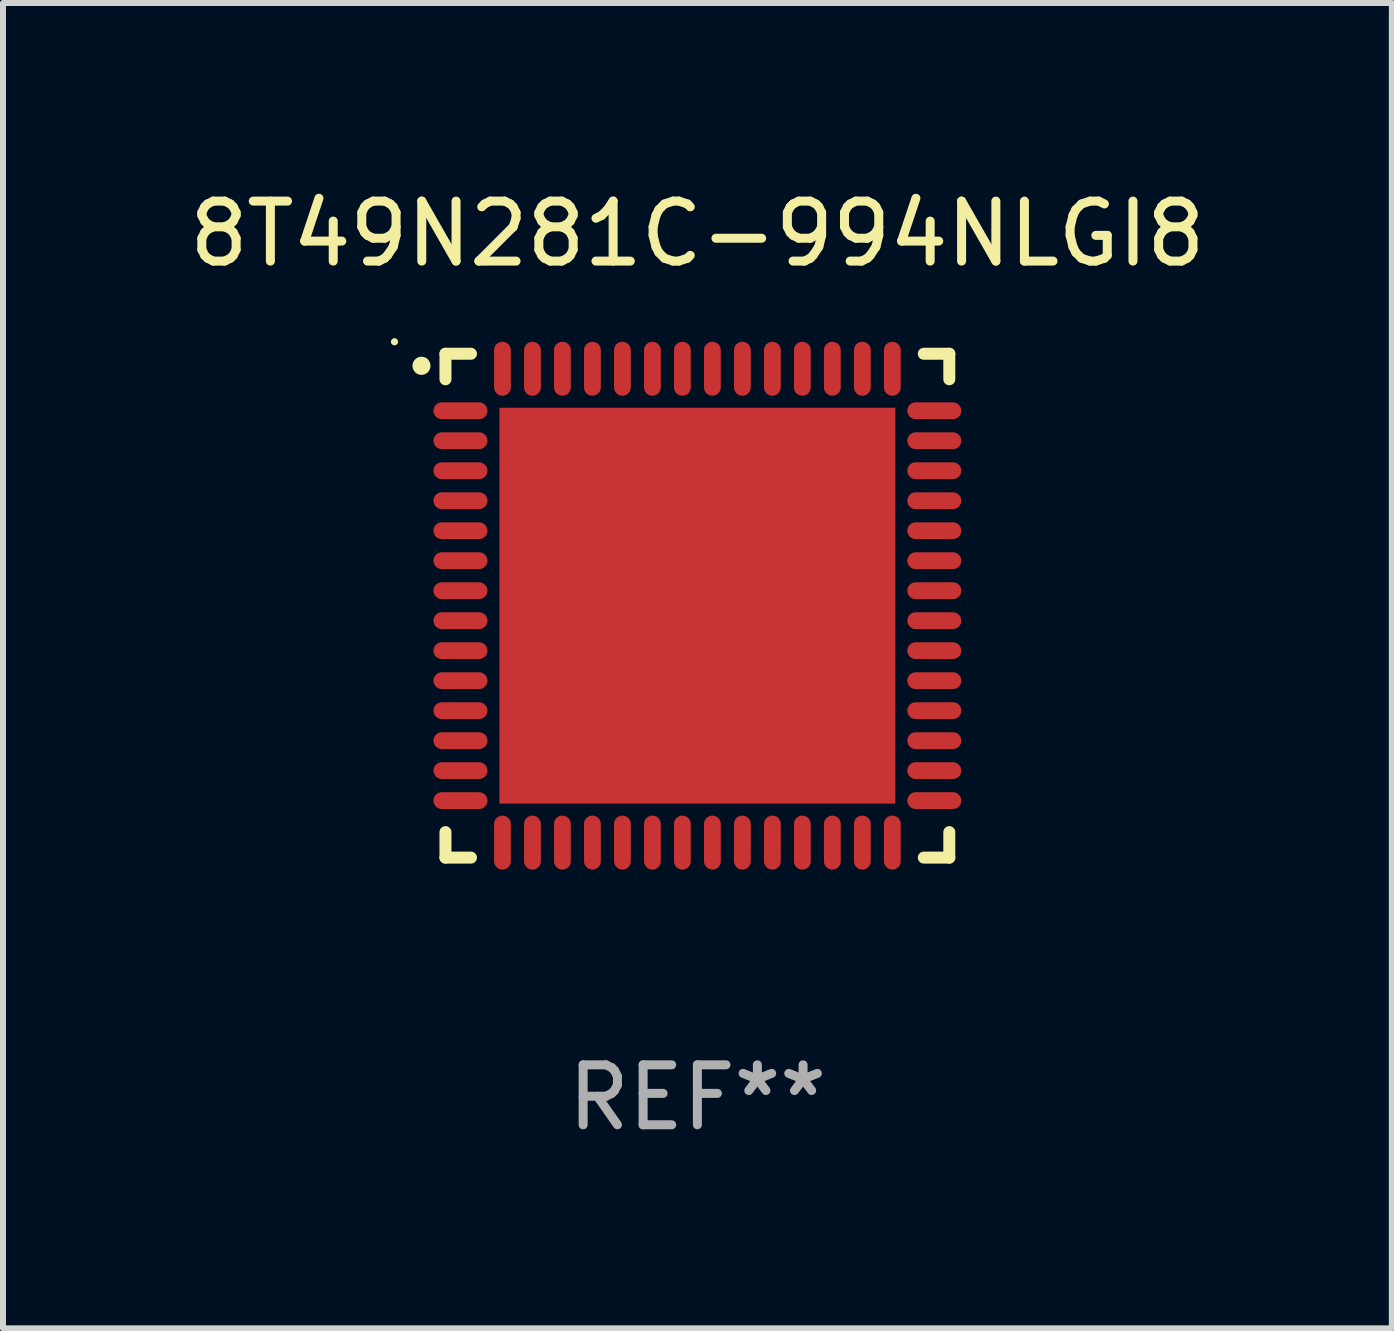
<source format=kicad_pcb>
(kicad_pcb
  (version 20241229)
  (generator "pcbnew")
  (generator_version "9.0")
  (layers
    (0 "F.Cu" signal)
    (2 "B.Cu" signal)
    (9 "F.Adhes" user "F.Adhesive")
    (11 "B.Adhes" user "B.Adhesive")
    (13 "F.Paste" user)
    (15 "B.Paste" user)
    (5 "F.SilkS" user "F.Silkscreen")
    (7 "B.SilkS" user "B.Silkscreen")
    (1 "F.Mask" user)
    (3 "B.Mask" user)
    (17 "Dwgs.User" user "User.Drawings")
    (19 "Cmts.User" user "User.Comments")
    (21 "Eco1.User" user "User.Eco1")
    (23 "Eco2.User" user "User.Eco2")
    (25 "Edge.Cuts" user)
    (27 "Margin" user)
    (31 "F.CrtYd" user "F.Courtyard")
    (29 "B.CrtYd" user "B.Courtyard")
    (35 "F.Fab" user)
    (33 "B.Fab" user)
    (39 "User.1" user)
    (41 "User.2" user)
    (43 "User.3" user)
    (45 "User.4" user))
  (footprint "8T49N281C-994NLGI8"
    (layer "F.Cu")
    (at 8.577 7.048)
    (property "Reference" "8T49N281C-994NLGI8" (at 0 -6.2 0) (layer "F.SilkS") (effects (font (size 1 1) (thickness 0.15))))
    (attr through_hole)
    (fp_line (start -4.2 -4.2) (end -3.775 -4.2) (stroke (width 0.2) (type solid)) (layer "F.SilkS"))
    (fp_line (start -4.2 -3.775) (end -4.2 -4.2) (stroke (width 0.2) (type solid)) (layer "F.SilkS"))
    (fp_line (start -4.2 3.775) (end -4.2 4.2) (stroke (width 0.2) (type solid)) (layer "F.SilkS"))
    (fp_line (start -4.2 4.2) (end -3.775 4.2) (stroke (width 0.2) (type solid)) (layer "F.SilkS"))
    (fp_line (start 3.775 4.2) (end 4.2 4.2) (stroke (width 0.2) (type solid)) (layer "F.SilkS"))
    (fp_line (start 4.2 -4.2) (end 3.775 -4.2) (stroke (width 0.2) (type solid)) (layer "F.SilkS"))
    (fp_line (start 4.2 -3.775) (end 4.2 -4.2) (stroke (width 0.2) (type solid)) (layer "F.SilkS"))
    (fp_line (start 4.2 4.2) (end 4.2 3.775) (stroke (width 0.2) (type solid)) (layer "F.SilkS"))
    (fp_arc (start -4.599949 -3.997968) (mid -4.599954 -3.999238) (end -4.599949 -4.000508) (stroke (width 0.3) (type solid)) (layer "F.SilkS"))
    (fp_circle (center -5.05 -4.4) (end -5.02 -4.4) (stroke (width 0.06) (type solid)) (fill no) (layer "F.SilkS"))
    (fp_text user "REF**" (at 0 8.2 0) (layer "F.Fab") (effects (font (size 1 1) (thickness 0.15))))
    (pad "1" smd oval (at -3.95 -3.25 90) (size 0.28 0.9) (layers "F.Cu" "F.Mask" "F.Paste"))
    (pad "2" smd oval (at -3.95 -2.75 90) (size 0.28 0.9) (layers "F.Cu" "F.Mask" "F.Paste"))
    (pad "3" smd oval (at -3.95 -2.25 90) (size 0.28 0.9) (layers "F.Cu" "F.Mask" "F.Paste"))
    (pad "4" smd oval (at -3.95 -1.75 90) (size 0.28 0.9) (layers "F.Cu" "F.Mask" "F.Paste"))
    (pad "5" smd oval (at -3.95 -1.25 90) (size 0.28 0.9) (layers "F.Cu" "F.Mask" "F.Paste"))
    (pad "6" smd oval (at -3.95 -0.75 90) (size 0.28 0.9) (layers "F.Cu" "F.Mask" "F.Paste"))
    (pad "7" smd oval (at -3.95 -0.25 90) (size 0.28 0.9) (layers "F.Cu" "F.Mask" "F.Paste"))
    (pad "8" smd oval (at -3.95 0.25 90) (size 0.28 0.9) (layers "F.Cu" "F.Mask" "F.Paste"))
    (pad "9" smd oval (at -3.95 0.75 90) (size 0.28 0.9) (layers "F.Cu" "F.Mask" "F.Paste"))
    (pad "10" smd oval (at -3.95 1.25 90) (size 0.28 0.9) (layers "F.Cu" "F.Mask" "F.Paste"))
    (pad "11" smd oval (at -3.95 1.75 90) (size 0.28 0.9) (layers "F.Cu" "F.Mask" "F.Paste"))
    (pad "12" smd oval (at -3.95 2.25 90) (size 0.28 0.9) (layers "F.Cu" "F.Mask" "F.Paste"))
    (pad "13" smd oval (at -3.95 2.75 90) (size 0.28 0.9) (layers "F.Cu" "F.Mask" "F.Paste"))
    (pad "14" smd oval (at -3.95 3.25 90) (size 0.28 0.9) (layers "F.Cu" "F.Mask" "F.Paste"))
    (pad "15" smd oval (at -3.25 3.95) (size 0.28 0.9) (layers "F.Cu" "F.Mask" "F.Paste"))
    (pad "16" smd oval (at -2.75 3.95) (size 0.28 0.9) (layers "F.Cu" "F.Mask" "F.Paste"))
    (pad "17" smd oval (at -2.25 3.95) (size 0.28 0.9) (layers "F.Cu" "F.Mask" "F.Paste"))
    (pad "18" smd oval (at -1.75 3.95) (size 0.28 0.9) (layers "F.Cu" "F.Mask" "F.Paste"))
    (pad "19" smd oval (at -1.25 3.95) (size 0.28 0.9) (layers "F.Cu" "F.Mask" "F.Paste"))
    (pad "20" smd oval (at -0.75 3.95) (size 0.28 0.9) (layers "F.Cu" "F.Mask" "F.Paste"))
    (pad "21" smd oval (at -0.25 3.95) (size 0.28 0.9) (layers "F.Cu" "F.Mask" "F.Paste"))
    (pad "22" smd oval (at 0.25 3.95) (size 0.28 0.9) (layers "F.Cu" "F.Mask" "F.Paste"))
    (pad "23" smd oval (at 0.75 3.95) (size 0.28 0.9) (layers "F.Cu" "F.Mask" "F.Paste"))
    (pad "24" smd oval (at 1.25 3.95) (size 0.28 0.9) (layers "F.Cu" "F.Mask" "F.Paste"))
    (pad "25" smd oval (at 1.75 3.95) (size 0.28 0.9) (layers "F.Cu" "F.Mask" "F.Paste"))
    (pad "26" smd oval (at 2.25 3.95) (size 0.28 0.9) (layers "F.Cu" "F.Mask" "F.Paste"))
    (pad "27" smd oval (at 2.75 3.95) (size 0.28 0.9) (layers "F.Cu" "F.Mask" "F.Paste"))
    (pad "28" smd oval (at 3.25 3.95) (size 0.28 0.9) (layers "F.Cu" "F.Mask" "F.Paste"))
    (pad "29" smd oval (at 3.95 3.25 90) (size 0.28 0.9) (layers "F.Cu" "F.Mask" "F.Paste"))
    (pad "30" smd oval (at 3.95 2.75 90) (size 0.28 0.9) (layers "F.Cu" "F.Mask" "F.Paste"))
    (pad "31" smd oval (at 3.95 2.25 90) (size 0.28 0.9) (layers "F.Cu" "F.Mask" "F.Paste"))
    (pad "32" smd oval (at 3.95 1.75 90) (size 0.28 0.9) (layers "F.Cu" "F.Mask" "F.Paste"))
    (pad "33" smd oval (at 3.95 1.25 90) (size 0.28 0.9) (layers "F.Cu" "F.Mask" "F.Paste"))
    (pad "34" smd oval (at 3.95 0.75 90) (size 0.28 0.9) (layers "F.Cu" "F.Mask" "F.Paste"))
    (pad "35" smd oval (at 3.95 0.25 90) (size 0.28 0.9) (layers "F.Cu" "F.Mask" "F.Paste"))
    (pad "36" smd oval (at 3.95 -0.25 90) (size 0.28 0.9) (layers "F.Cu" "F.Mask" "F.Paste"))
    (pad "37" smd oval (at 3.95 -0.75 90) (size 0.28 0.9) (layers "F.Cu" "F.Mask" "F.Paste"))
    (pad "38" smd oval (at 3.95 -1.25 90) (size 0.28 0.9) (layers "F.Cu" "F.Mask" "F.Paste"))
    (pad "39" smd oval (at 3.95 -1.75 90) (size 0.28 0.9) (layers "F.Cu" "F.Mask" "F.Paste"))
    (pad "40" smd oval (at 3.95 -2.25 90) (size 0.28 0.9) (layers "F.Cu" "F.Mask" "F.Paste"))
    (pad "41" smd oval (at 3.95 -2.75 90) (size 0.28 0.9) (layers "F.Cu" "F.Mask" "F.Paste"))
    (pad "42" smd oval (at 3.95 -3.25 90) (size 0.28 0.9) (layers "F.Cu" "F.Mask" "F.Paste"))
    (pad "43" smd oval (at 3.25 -3.95) (size 0.28 0.9) (layers "F.Cu" "F.Mask" "F.Paste"))
    (pad "44" smd oval (at 2.75 -3.95) (size 0.28 0.9) (layers "F.Cu" "F.Mask" "F.Paste"))
    (pad "45" smd oval (at 2.25 -3.95) (size 0.28 0.9) (layers "F.Cu" "F.Mask" "F.Paste"))
    (pad "46" smd oval (at 1.75 -3.95) (size 0.28 0.9) (layers "F.Cu" "F.Mask" "F.Paste"))
    (pad "47" smd oval (at 1.25 -3.95) (size 0.28 0.9) (layers "F.Cu" "F.Mask" "F.Paste"))
    (pad "48" smd oval (at 0.75 -3.95) (size 0.28 0.9) (layers "F.Cu" "F.Mask" "F.Paste"))
    (pad "49" smd oval (at 0.25 -3.95) (size 0.28 0.9) (layers "F.Cu" "F.Mask" "F.Paste"))
    (pad "50" smd oval (at -0.25 -3.95) (size 0.28 0.9) (layers "F.Cu" "F.Mask" "F.Paste"))
    (pad "51" smd oval (at -0.75 -3.95) (size 0.28 0.9) (layers "F.Cu" "F.Mask" "F.Paste"))
    (pad "52" smd oval (at -1.25 -3.95) (size 0.28 0.9) (layers "F.Cu" "F.Mask" "F.Paste"))
    (pad "53" smd oval (at -1.75 -3.95) (size 0.28 0.9) (layers "F.Cu" "F.Mask" "F.Paste"))
    (pad "54" smd oval (at -2.25 -3.95) (size 0.28 0.9) (layers "F.Cu" "F.Mask" "F.Paste"))
    (pad "55" smd oval (at -2.75 -3.95) (size 0.28 0.9) (layers "F.Cu" "F.Mask" "F.Paste"))
    (pad "56" smd oval (at -3.25 -3.95) (size 0.28 0.9) (layers "F.Cu" "F.Mask" "F.Paste"))
    (pad "57" smd rect (at 0 0.000051) (size 6.6 6.6) (layers "F.Cu" "F.Mask" "F.Paste")))
  (gr_rect
    (start -3 -3)
    (end 20.155 19.096)
    (stroke (width 0.1) (type default))
    (fill no)
    (layer "Edge.Cuts")))
</source>
